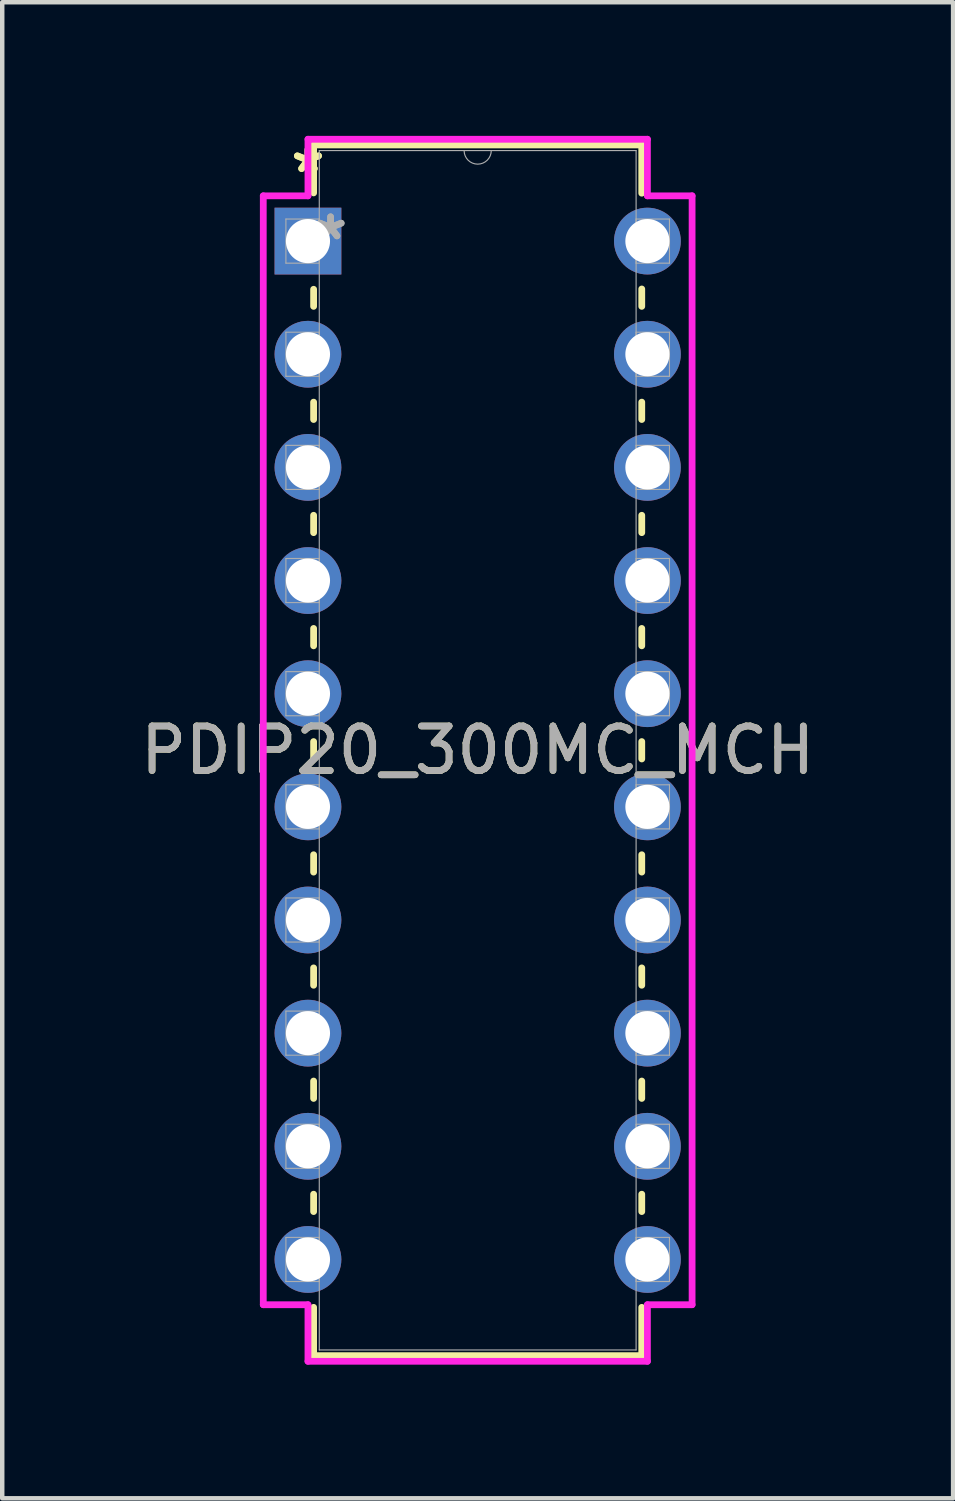
<source format=kicad_pcb>
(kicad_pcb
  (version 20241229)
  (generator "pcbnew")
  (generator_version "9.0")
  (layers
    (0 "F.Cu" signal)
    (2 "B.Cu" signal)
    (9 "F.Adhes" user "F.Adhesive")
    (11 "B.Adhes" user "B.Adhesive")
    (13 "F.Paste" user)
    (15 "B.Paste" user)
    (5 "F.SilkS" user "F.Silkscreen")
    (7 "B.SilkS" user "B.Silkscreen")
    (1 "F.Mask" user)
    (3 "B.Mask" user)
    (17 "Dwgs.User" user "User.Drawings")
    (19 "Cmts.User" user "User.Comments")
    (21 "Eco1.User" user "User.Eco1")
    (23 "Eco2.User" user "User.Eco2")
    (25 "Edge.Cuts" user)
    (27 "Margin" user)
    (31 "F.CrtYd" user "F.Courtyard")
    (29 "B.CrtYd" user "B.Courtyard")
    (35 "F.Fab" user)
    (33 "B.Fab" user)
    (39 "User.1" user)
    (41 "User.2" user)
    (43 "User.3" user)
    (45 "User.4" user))
  (footprint "PDIP20_300MC_MCH"
    (layer "F.Cu")
    (at 3.863 2.362)
    (property "Reference" "PDIP20_300MC_MCH" (at 3.81 11.43 0) (unlocked yes) (layer "F.SilkS") (effects (font (size 1 1) (thickness 0.15))))
    (attr through_hole)
    (fp_line (start 0.127 -2.159) (end 0.127 -1.082) (stroke (width 0.152) (type solid)) (layer "F.SilkS"))
    (fp_line (start 0.127 1.082) (end 0.127 1.465) (stroke (width 0.152) (type solid)) (layer "F.SilkS"))
    (fp_line (start 0.127 3.615) (end 0.127 4.005) (stroke (width 0.152) (type solid)) (layer "F.SilkS"))
    (fp_line (start 0.127 6.155) (end 0.127 6.545) (stroke (width 0.152) (type solid)) (layer "F.SilkS"))
    (fp_line (start 0.127 8.695) (end 0.127 9.085) (stroke (width 0.152) (type solid)) (layer "F.SilkS"))
    (fp_line (start 0.127 11.235) (end 0.127 11.625) (stroke (width 0.152) (type solid)) (layer "F.SilkS"))
    (fp_line (start 0.127 13.775) (end 0.127 14.165) (stroke (width 0.152) (type solid)) (layer "F.SilkS"))
    (fp_line (start 0.127 16.315) (end 0.127 16.705) (stroke (width 0.152) (type solid)) (layer "F.SilkS"))
    (fp_line (start 0.127 18.855) (end 0.127 19.245) (stroke (width 0.152) (type solid)) (layer "F.SilkS"))
    (fp_line (start 0.127 21.395) (end 0.127 21.785) (stroke (width 0.152) (type solid)) (layer "F.SilkS"))
    (fp_line (start 0.127 23.935) (end 0.127 25.019) (stroke (width 0.152) (type solid)) (layer "F.SilkS"))
    (fp_line (start 0.127 25.019) (end 7.493 25.019) (stroke (width 0.152) (type solid)) (layer "F.SilkS"))
    (fp_line (start 7.493 -2.159) (end 0.127 -2.159) (stroke (width 0.152) (type solid)) (layer "F.SilkS"))
    (fp_line (start 7.493 -1.075) (end 7.493 -2.159) (stroke (width 0.152) (type solid)) (layer "F.SilkS"))
    (fp_line (start 7.493 1.465) (end 7.493 1.075) (stroke (width 0.152) (type solid)) (layer "F.SilkS"))
    (fp_line (start 7.493 4.005) (end 7.493 3.615) (stroke (width 0.152) (type solid)) (layer "F.SilkS"))
    (fp_line (start 7.493 6.545) (end 7.493 6.155) (stroke (width 0.152) (type solid)) (layer "F.SilkS"))
    (fp_line (start 7.493 9.085) (end 7.493 8.695) (stroke (width 0.152) (type solid)) (layer "F.SilkS"))
    (fp_line (start 7.493 11.625) (end 7.493 11.235) (stroke (width 0.152) (type solid)) (layer "F.SilkS"))
    (fp_line (start 7.493 14.165) (end 7.493 13.775) (stroke (width 0.152) (type solid)) (layer "F.SilkS"))
    (fp_line (start 7.493 16.705) (end 7.493 16.315) (stroke (width 0.152) (type solid)) (layer "F.SilkS"))
    (fp_line (start 7.493 19.245) (end 7.493 18.855) (stroke (width 0.152) (type solid)) (layer "F.SilkS"))
    (fp_line (start 7.493 21.785) (end 7.493 21.395) (stroke (width 0.152) (type solid)) (layer "F.SilkS"))
    (fp_line (start 7.493 25.019) (end 7.493 23.935) (stroke (width 0.152) (type solid)) (layer "F.SilkS"))
    (fp_line (start -1.003 -1.016) (end 0 -1.016) (stroke (width 0.152) (type solid)) (layer "F.CrtYd"))
    (fp_line (start -1.003 23.876) (end -1.003 -1.016) (stroke (width 0.152) (type solid)) (layer "F.CrtYd"))
    (fp_line (start 0 -2.286) (end 7.62 -2.286) (stroke (width 0.152) (type solid)) (layer "F.CrtYd"))
    (fp_line (start 0 -1.016) (end 0 -2.286) (stroke (width 0.152) (type solid)) (layer "F.CrtYd"))
    (fp_line (start 0 23.876) (end -1.003 23.876) (stroke (width 0.152) (type solid)) (layer "F.CrtYd"))
    (fp_line (start 0 25.146) (end 0 23.876) (stroke (width 0.152) (type solid)) (layer "F.CrtYd"))
    (fp_line (start 7.62 -2.286) (end 7.62 -1.016) (stroke (width 0.152) (type solid)) (layer "F.CrtYd"))
    (fp_line (start 7.62 23.876) (end 7.62 25.146) (stroke (width 0.152) (type solid)) (layer "F.CrtYd"))
    (fp_line (start 7.62 25.146) (end 0 25.146) (stroke (width 0.152) (type solid)) (layer "F.CrtYd"))
    (fp_line (start 8.623 -1.016) (end 7.62 -1.016) (stroke (width 0.152) (type solid)) (layer "F.CrtYd"))
    (fp_line (start 8.623 -1.016) (end 8.623 23.876) (stroke (width 0.152) (type solid)) (layer "F.CrtYd"))
    (fp_line (start 8.623 23.876) (end 7.62 23.876) (stroke (width 0.152) (type solid)) (layer "F.CrtYd"))
    (fp_line (start -0.495 -0.495) (end -0.495 0.495) (stroke (width 0.025) (type solid)) (layer "F.Fab"))
    (fp_line (start -0.495 0.495) (end 0.254 0.495) (stroke (width 0.025) (type solid)) (layer "F.Fab"))
    (fp_line (start -0.495 2.045) (end -0.495 3.035) (stroke (width 0.025) (type solid)) (layer "F.Fab"))
    (fp_line (start -0.495 3.035) (end 0.254 3.035) (stroke (width 0.025) (type solid)) (layer "F.Fab"))
    (fp_line (start -0.495 4.585) (end -0.495 5.575) (stroke (width 0.025) (type solid)) (layer "F.Fab"))
    (fp_line (start -0.495 5.575) (end 0.254 5.575) (stroke (width 0.025) (type solid)) (layer "F.Fab"))
    (fp_line (start -0.495 7.125) (end -0.495 8.115) (stroke (width 0.025) (type solid)) (layer "F.Fab"))
    (fp_line (start -0.495 8.115) (end 0.254 8.115) (stroke (width 0.025) (type solid)) (layer "F.Fab"))
    (fp_line (start -0.495 9.665) (end -0.495 10.655) (stroke (width 0.025) (type solid)) (layer "F.Fab"))
    (fp_line (start -0.495 10.655) (end 0.254 10.655) (stroke (width 0.025) (type solid)) (layer "F.Fab"))
    (fp_line (start -0.495 12.205) (end -0.495 13.195) (stroke (width 0.025) (type solid)) (layer "F.Fab"))
    (fp_line (start -0.495 13.195) (end 0.254 13.195) (stroke (width 0.025) (type solid)) (layer "F.Fab"))
    (fp_line (start -0.495 14.745) (end -0.495 15.735) (stroke (width 0.025) (type solid)) (layer "F.Fab"))
    (fp_line (start -0.495 15.735) (end 0.254 15.735) (stroke (width 0.025) (type solid)) (layer "F.Fab"))
    (fp_line (start -0.495 17.285) (end -0.495 18.275) (stroke (width 0.025) (type solid)) (layer "F.Fab"))
    (fp_line (start -0.495 18.275) (end 0.254 18.275) (stroke (width 0.025) (type solid)) (layer "F.Fab"))
    (fp_line (start -0.495 19.825) (end -0.495 20.815) (stroke (width 0.025) (type solid)) (layer "F.Fab"))
    (fp_line (start -0.495 20.815) (end 0.254 20.815) (stroke (width 0.025) (type solid)) (layer "F.Fab"))
    (fp_line (start -0.495 22.365) (end -0.495 23.355) (stroke (width 0.025) (type solid)) (layer "F.Fab"))
    (fp_line (start -0.495 23.355) (end 0.254 23.355) (stroke (width 0.025) (type solid)) (layer "F.Fab"))
    (fp_line (start 0.254 -2.032) (end 0.254 24.892) (stroke (width 0.025) (type solid)) (layer "F.Fab"))
    (fp_line (start 0.254 -0.495) (end -0.495 -0.495) (stroke (width 0.025) (type solid)) (layer "F.Fab"))
    (fp_line (start 0.254 0.495) (end 0.254 -0.495) (stroke (width 0.025) (type solid)) (layer "F.Fab"))
    (fp_line (start 0.254 2.045) (end -0.495 2.045) (stroke (width 0.025) (type solid)) (layer "F.Fab"))
    (fp_line (start 0.254 3.035) (end 0.254 2.045) (stroke (width 0.025) (type solid)) (layer "F.Fab"))
    (fp_line (start 0.254 4.585) (end -0.495 4.585) (stroke (width 0.025) (type solid)) (layer "F.Fab"))
    (fp_line (start 0.254 5.575) (end 0.254 4.585) (stroke (width 0.025) (type solid)) (layer "F.Fab"))
    (fp_line (start 0.254 7.125) (end -0.495 7.125) (stroke (width 0.025) (type solid)) (layer "F.Fab"))
    (fp_line (start 0.254 8.115) (end 0.254 7.125) (stroke (width 0.025) (type solid)) (layer "F.Fab"))
    (fp_line (start 0.254 9.665) (end -0.495 9.665) (stroke (width 0.025) (type solid)) (layer "F.Fab"))
    (fp_line (start 0.254 10.655) (end 0.254 9.665) (stroke (width 0.025) (type solid)) (layer "F.Fab"))
    (fp_line (start 0.254 12.205) (end -0.495 12.205) (stroke (width 0.025) (type solid)) (layer "F.Fab"))
    (fp_line (start 0.254 13.195) (end 0.254 12.205) (stroke (width 0.025) (type solid)) (layer "F.Fab"))
    (fp_line (start 0.254 14.745) (end -0.495 14.745) (stroke (width 0.025) (type solid)) (layer "F.Fab"))
    (fp_line (start 0.254 15.735) (end 0.254 14.745) (stroke (width 0.025) (type solid)) (layer "F.Fab"))
    (fp_line (start 0.254 17.285) (end -0.495 17.285) (stroke (width 0.025) (type solid)) (layer "F.Fab"))
    (fp_line (start 0.254 18.275) (end 0.254 17.285) (stroke (width 0.025) (type solid)) (layer "F.Fab"))
    (fp_line (start 0.254 19.825) (end -0.495 19.825) (stroke (width 0.025) (type solid)) (layer "F.Fab"))
    (fp_line (start 0.254 20.815) (end 0.254 19.825) (stroke (width 0.025) (type solid)) (layer "F.Fab"))
    (fp_line (start 0.254 22.365) (end -0.495 22.365) (stroke (width 0.025) (type solid)) (layer "F.Fab"))
    (fp_line (start 0.254 23.355) (end 0.254 22.365) (stroke (width 0.025) (type solid)) (layer "F.Fab"))
    (fp_line (start 0.254 24.892) (end 7.366 24.892) (stroke (width 0.025) (type solid)) (layer "F.Fab"))
    (fp_line (start 7.366 -2.032) (end 0.254 -2.032) (stroke (width 0.025) (type solid)) (layer "F.Fab"))
    (fp_line (start 7.366 -0.495) (end 7.366 0.495) (stroke (width 0.025) (type solid)) (layer "F.Fab"))
    (fp_line (start 7.366 0.495) (end 8.115 0.495) (stroke (width 0.025) (type solid)) (layer "F.Fab"))
    (fp_line (start 7.366 2.045) (end 7.366 3.035) (stroke (width 0.025) (type solid)) (layer "F.Fab"))
    (fp_line (start 7.366 3.035) (end 8.115 3.035) (stroke (width 0.025) (type solid)) (layer "F.Fab"))
    (fp_line (start 7.366 4.585) (end 7.366 5.575) (stroke (width 0.025) (type solid)) (layer "F.Fab"))
    (fp_line (start 7.366 5.575) (end 8.115 5.575) (stroke (width 0.025) (type solid)) (layer "F.Fab"))
    (fp_line (start 7.366 7.125) (end 7.366 8.115) (stroke (width 0.025) (type solid)) (layer "F.Fab"))
    (fp_line (start 7.366 8.115) (end 8.115 8.115) (stroke (width 0.025) (type solid)) (layer "F.Fab"))
    (fp_line (start 7.366 9.665) (end 7.366 10.655) (stroke (width 0.025) (type solid)) (layer "F.Fab"))
    (fp_line (start 7.366 10.655) (end 8.115 10.655) (stroke (width 0.025) (type solid)) (layer "F.Fab"))
    (fp_line (start 7.366 12.205) (end 7.366 13.195) (stroke (width 0.025) (type solid)) (layer "F.Fab"))
    (fp_line (start 7.366 13.195) (end 8.115 13.195) (stroke (width 0.025) (type solid)) (layer "F.Fab"))
    (fp_line (start 7.366 14.745) (end 7.366 15.735) (stroke (width 0.025) (type solid)) (layer "F.Fab"))
    (fp_line (start 7.366 15.735) (end 8.115 15.735) (stroke (width 0.025) (type solid)) (layer "F.Fab"))
    (fp_line (start 7.366 17.285) (end 7.366 18.275) (stroke (width 0.025) (type solid)) (layer "F.Fab"))
    (fp_line (start 7.366 18.275) (end 8.115 18.275) (stroke (width 0.025) (type solid)) (layer "F.Fab"))
    (fp_line (start 7.366 19.825) (end 7.366 20.815) (stroke (width 0.025) (type solid)) (layer "F.Fab"))
    (fp_line (start 7.366 20.815) (end 8.115 20.815) (stroke (width 0.025) (type solid)) (layer "F.Fab"))
    (fp_line (start 7.366 22.365) (end 7.366 23.355) (stroke (width 0.025) (type solid)) (layer "F.Fab"))
    (fp_line (start 7.366 23.355) (end 8.115 23.355) (stroke (width 0.025) (type solid)) (layer "F.Fab"))
    (fp_line (start 7.366 24.892) (end 7.366 -2.032) (stroke (width 0.025) (type solid)) (layer "F.Fab"))
    (fp_line (start 8.115 -0.495) (end 7.366 -0.495) (stroke (width 0.025) (type solid)) (layer "F.Fab"))
    (fp_line (start 8.115 0.495) (end 8.115 -0.495) (stroke (width 0.025) (type solid)) (layer "F.Fab"))
    (fp_line (start 8.115 2.045) (end 7.366 2.045) (stroke (width 0.025) (type solid)) (layer "F.Fab"))
    (fp_line (start 8.115 3.035) (end 8.115 2.045) (stroke (width 0.025) (type solid)) (layer "F.Fab"))
    (fp_line (start 8.115 4.585) (end 7.366 4.585) (stroke (width 0.025) (type solid)) (layer "F.Fab"))
    (fp_line (start 8.115 5.575) (end 8.115 4.585) (stroke (width 0.025) (type solid)) (layer "F.Fab"))
    (fp_line (start 8.115 7.125) (end 7.366 7.125) (stroke (width 0.025) (type solid)) (layer "F.Fab"))
    (fp_line (start 8.115 8.115) (end 8.115 7.125) (stroke (width 0.025) (type solid)) (layer "F.Fab"))
    (fp_line (start 8.115 9.665) (end 7.366 9.665) (stroke (width 0.025) (type solid)) (layer "F.Fab"))
    (fp_line (start 8.115 10.655) (end 8.115 9.665) (stroke (width 0.025) (type solid)) (layer "F.Fab"))
    (fp_line (start 8.115 12.205) (end 7.366 12.205) (stroke (width 0.025) (type solid)) (layer "F.Fab"))
    (fp_line (start 8.115 13.195) (end 8.115 12.205) (stroke (width 0.025) (type solid)) (layer "F.Fab"))
    (fp_line (start 8.115 14.745) (end 7.366 14.745) (stroke (width 0.025) (type solid)) (layer "F.Fab"))
    (fp_line (start 8.115 15.735) (end 8.115 14.745) (stroke (width 0.025) (type solid)) (layer "F.Fab"))
    (fp_line (start 8.115 17.285) (end 7.366 17.285) (stroke (width 0.025) (type solid)) (layer "F.Fab"))
    (fp_line (start 8.115 18.275) (end 8.115 17.285) (stroke (width 0.025) (type solid)) (layer "F.Fab"))
    (fp_line (start 8.115 19.825) (end 7.366 19.825) (stroke (width 0.025) (type solid)) (layer "F.Fab"))
    (fp_line (start 8.115 20.815) (end 8.115 19.825) (stroke (width 0.025) (type solid)) (layer "F.Fab"))
    (fp_line (start 8.115 22.365) (end 7.366 22.365) (stroke (width 0.025) (type solid)) (layer "F.Fab"))
    (fp_line (start 8.115 23.355) (end 8.115 22.365) (stroke (width 0.025) (type solid)) (layer "F.Fab"))
    (fp_arc (start 4.1148 -2.032) (mid 3.81 -1.7272) (end 3.5052 -2.032) (stroke (width 0.0254) (type solid)) (layer "F.Fab"))
    (fp_text user "*" (at 0 -1.511 0) (layer "F.SilkS") (effects (font (size 1 1) (thickness 0.15))))
    (fp_text user "*" (at 0 -1.511 0) (unlocked yes) (layer "F.SilkS") (effects (font (size 1 1) (thickness 0.15))))
    (fp_text user "*" (at 0.508 0 0) (unlocked yes) (layer "F.Fab") (effects (font (size 1 1) (thickness 0.15))))
    (fp_text user "${REFERENCE}" (at 3.81 11.43 0) (unlocked yes) (layer "F.Fab") (effects (font (size 1 1) (thickness 0.15))))
    (fp_text user "*" (at 0.508 0 0) (layer "F.Fab") (effects (font (size 1 1) (thickness 0.15))))
    (pad "1" thru_hole rect (at 0 0) (size 1.499 1.499) (drill 0.991) (layers "*.Cu" "*.Mask"))
    (pad "2" thru_hole circle (at 0 2.54) (size 1.499 1.499) (drill 0.991) (layers "*.Cu" "*.Mask"))
    (pad "3" thru_hole circle (at 0 5.08) (size 1.499 1.499) (drill 0.991) (layers "*.Cu" "*.Mask"))
    (pad "4" thru_hole circle (at 0 7.62) (size 1.499 1.499) (drill 0.991) (layers "*.Cu" "*.Mask"))
    (pad "5" thru_hole circle (at 0 10.16) (size 1.499 1.499) (drill 0.991) (layers "*.Cu" "*.Mask"))
    (pad "6" thru_hole circle (at 0 12.7) (size 1.499 1.499) (drill 0.991) (layers "*.Cu" "*.Mask"))
    (pad "7" thru_hole circle (at 0 15.24) (size 1.499 1.499) (drill 0.991) (layers "*.Cu" "*.Mask"))
    (pad "8" thru_hole circle (at 0 17.78) (size 1.499 1.499) (drill 0.991) (layers "*.Cu" "*.Mask"))
    (pad "9" thru_hole circle (at 0 20.32) (size 1.499 1.499) (drill 0.991) (layers "*.Cu" "*.Mask"))
    (pad "10" thru_hole circle (at 0 22.86) (size 1.499 1.499) (drill 0.991) (layers "*.Cu" "*.Mask"))
    (pad "11" thru_hole circle (at 7.62 22.86) (size 1.499 1.499) (drill 0.991) (layers "*.Cu" "*.Mask"))
    (pad "12" thru_hole circle (at 7.62 20.32) (size 1.499 1.499) (drill 0.991) (layers "*.Cu" "*.Mask"))
    (pad "13" thru_hole circle (at 7.62 17.78) (size 1.499 1.499) (drill 0.991) (layers "*.Cu" "*.Mask"))
    (pad "14" thru_hole circle (at 7.62 15.24) (size 1.499 1.499) (drill 0.991) (layers "*.Cu" "*.Mask"))
    (pad "15" thru_hole circle (at 7.62 12.7) (size 1.499 1.499) (drill 0.991) (layers "*.Cu" "*.Mask"))
    (pad "16" thru_hole circle (at 7.62 10.16) (size 1.499 1.499) (drill 0.991) (layers "*.Cu" "*.Mask"))
    (pad "17" thru_hole circle (at 7.62 7.62) (size 1.499 1.499) (drill 0.991) (layers "*.Cu" "*.Mask"))
    (pad "18" thru_hole circle (at 7.62 5.08) (size 1.499 1.499) (drill 0.991) (layers "*.Cu" "*.Mask"))
    (pad "19" thru_hole circle (at 7.62 2.54) (size 1.499 1.499) (drill 0.991) (layers "*.Cu" "*.Mask"))
    (pad "20" thru_hole circle (at 7.62 0) (size 1.499 1.499) (drill 0.991) (layers "*.Cu" "*.Mask")))
  (gr_rect
    (start -3 -3)
    (end 18.345 30.584)
    (stroke (width 0.1) (type default))
    (fill no)
    (layer "Edge.Cuts")))
</source>
